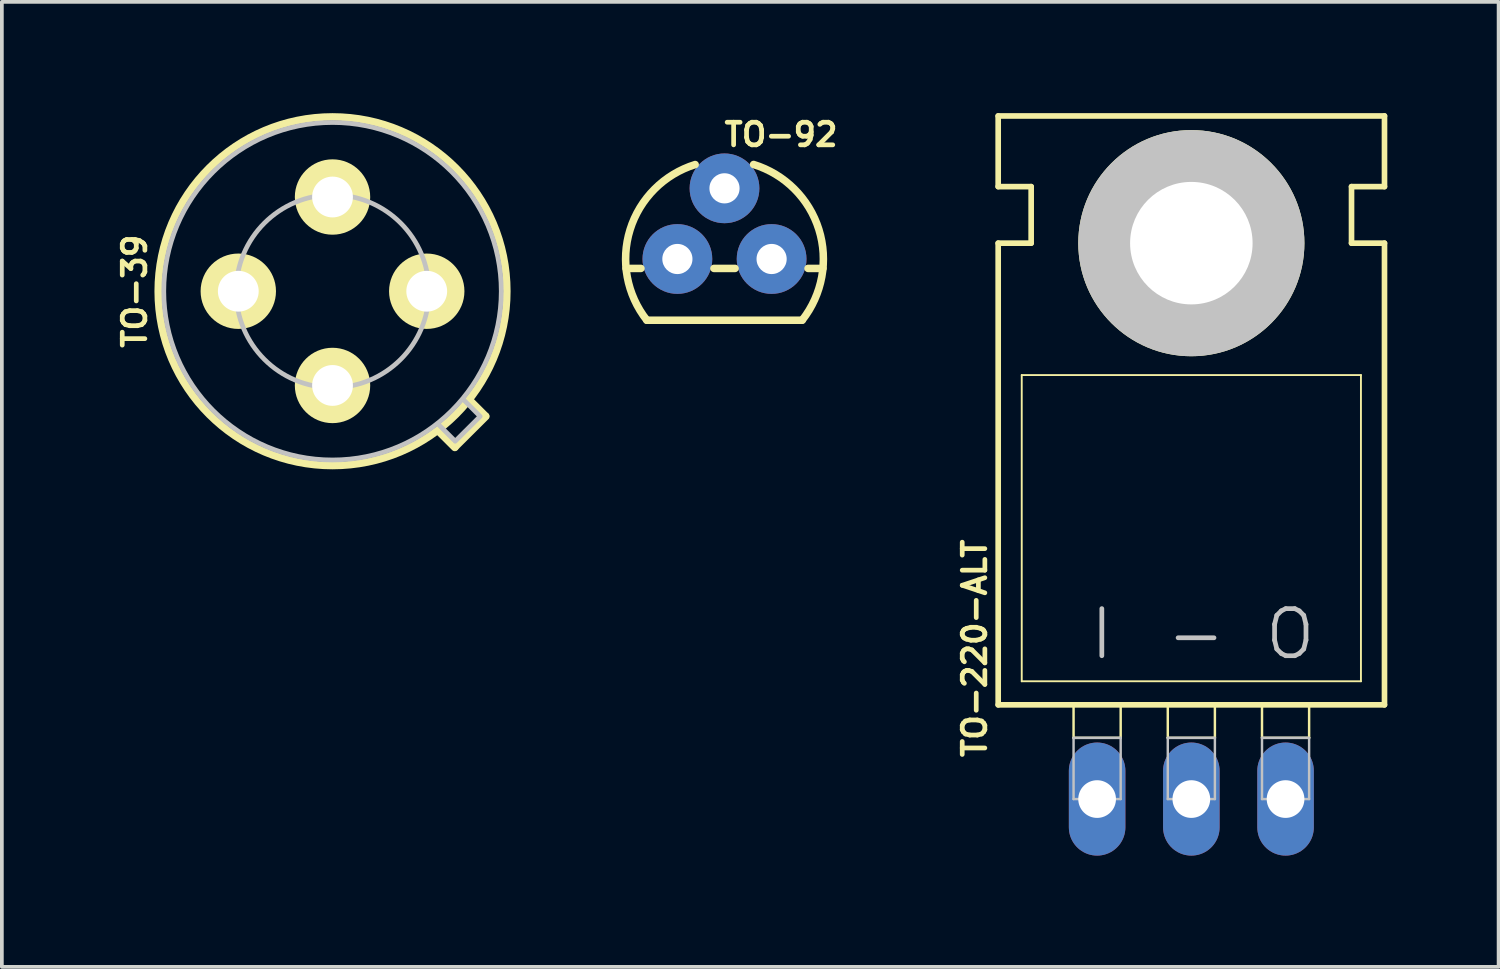
<source format=kicad_pcb>
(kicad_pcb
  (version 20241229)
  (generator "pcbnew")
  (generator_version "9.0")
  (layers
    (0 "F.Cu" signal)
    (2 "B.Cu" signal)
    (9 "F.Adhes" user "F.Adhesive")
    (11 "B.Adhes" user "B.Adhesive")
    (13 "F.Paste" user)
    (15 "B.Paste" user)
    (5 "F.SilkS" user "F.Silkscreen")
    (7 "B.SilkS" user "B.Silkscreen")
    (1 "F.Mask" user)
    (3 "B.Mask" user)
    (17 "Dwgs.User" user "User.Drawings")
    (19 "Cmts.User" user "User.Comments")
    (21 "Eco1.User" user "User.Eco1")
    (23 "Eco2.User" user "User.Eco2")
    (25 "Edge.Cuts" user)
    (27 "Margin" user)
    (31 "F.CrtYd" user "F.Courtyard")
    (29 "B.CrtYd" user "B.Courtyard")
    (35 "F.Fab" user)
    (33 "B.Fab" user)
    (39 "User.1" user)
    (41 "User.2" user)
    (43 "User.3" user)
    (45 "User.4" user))
  (footprint "TO-220-ALT"
    (layer "F.Cu")
    (at 29.066 14.681)
    (property "Reference" "TO-220-ALT" (at -5.842 -0.254 90) (layer "F.SilkS") (effects (font (size 0.61 0.61) (thickness 0.127))))
    (attr exclude_from_pos_files exclude_from_bom)
    (fp_line (start -5.207 -12.7) (end -5.207 -14.605) (stroke (width 0.152) (type solid)) (layer "F.SilkS"))
    (fp_line (start -5.207 -11.176) (end -4.318 -11.176) (stroke (width 0.152) (type solid)) (layer "F.SilkS"))
    (fp_line (start -5.207 1.27) (end -5.207 -11.176) (stroke (width 0.152) (type solid)) (layer "F.SilkS"))
    (fp_line (start -5.207 1.27) (end 5.207 1.27) (stroke (width 0.152) (type solid)) (layer "F.SilkS"))
    (fp_line (start -4.572 0.635) (end -4.572 -7.62) (stroke (width 0.051) (type solid)) (layer "F.SilkS"))
    (fp_line (start -4.572 0.635) (end 4.572 0.635) (stroke (width 0.051) (type solid)) (layer "F.SilkS"))
    (fp_line (start -4.318 -12.7) (end -5.207 -12.7) (stroke (width 0.152) (type solid)) (layer "F.SilkS"))
    (fp_line (start -4.318 -11.176) (end -4.318 -12.7) (stroke (width 0.152) (type solid)) (layer "F.SilkS"))
    (fp_line (start -3.175 1.27) (end -1.905 1.27) (stroke (width 0.066) (type solid)) (layer "F.SilkS"))
    (fp_line (start -3.175 2.159) (end -3.175 1.27) (stroke (width 0.066) (type solid)) (layer "F.SilkS"))
    (fp_line (start -3.175 2.159) (end -1.905 2.159) (stroke (width 0.066) (type solid)) (layer "F.SilkS"))
    (fp_line (start -1.905 2.159) (end -1.905 1.27) (stroke (width 0.066) (type solid)) (layer "F.SilkS"))
    (fp_line (start -0.635 1.27) (end 0.635 1.27) (stroke (width 0.066) (type solid)) (layer "F.SilkS"))
    (fp_line (start -0.635 2.159) (end -0.635 1.27) (stroke (width 0.066) (type solid)) (layer "F.SilkS"))
    (fp_line (start -0.635 2.159) (end 0.635 2.159) (stroke (width 0.066) (type solid)) (layer "F.SilkS"))
    (fp_line (start 0.635 2.159) (end 0.635 1.27) (stroke (width 0.066) (type solid)) (layer "F.SilkS"))
    (fp_line (start 1.905 1.27) (end 3.175 1.27) (stroke (width 0.066) (type solid)) (layer "F.SilkS"))
    (fp_line (start 1.905 2.159) (end 1.905 1.27) (stroke (width 0.066) (type solid)) (layer "F.SilkS"))
    (fp_line (start 1.905 2.159) (end 3.175 2.159) (stroke (width 0.066) (type solid)) (layer "F.SilkS"))
    (fp_line (start 3.175 2.159) (end 3.175 1.27) (stroke (width 0.066) (type solid)) (layer "F.SilkS"))
    (fp_line (start 4.318 -12.7) (end 5.207 -12.7) (stroke (width 0.152) (type solid)) (layer "F.SilkS"))
    (fp_line (start 4.318 -11.176) (end 4.318 -12.7) (stroke (width 0.152) (type solid)) (layer "F.SilkS"))
    (fp_line (start 4.572 -7.62) (end -4.572 -7.62) (stroke (width 0.051) (type solid)) (layer "F.SilkS"))
    (fp_line (start 4.572 -7.62) (end 4.572 0.635) (stroke (width 0.051) (type solid)) (layer "F.SilkS"))
    (fp_line (start 5.207 -14.605) (end -5.207 -14.605) (stroke (width 0.152) (type solid)) (layer "F.SilkS"))
    (fp_line (start 5.207 -12.7) (end 5.207 -14.605) (stroke (width 0.152) (type solid)) (layer "F.SilkS"))
    (fp_line (start 5.207 -11.176) (end 4.318 -11.176) (stroke (width 0.152) (type solid)) (layer "F.SilkS"))
    (fp_line (start 5.207 1.27) (end 5.207 -11.176) (stroke (width 0.152) (type solid)) (layer "F.SilkS"))
    (fp_circle (center 0 -11.176) (end 0 -14.224) (stroke (width 0) (type solid)) (fill yes) (layer "F.SilkS"))
    (fp_circle (center 0 -11.176) (end 0 -12.977) (stroke (width 0.152) (type solid)) (fill no) (layer "F.SilkS"))
    (fp_line (start -3.175 2.159) (end -1.905 2.159) (stroke (width 0.066) (type solid)) (layer "Dwgs.User"))
    (fp_line (start -3.175 3.81) (end -3.175 2.159) (stroke (width 0.066) (type solid)) (layer "Dwgs.User"))
    (fp_line (start -3.175 3.81) (end -1.905 3.81) (stroke (width 0.066) (type solid)) (layer "Dwgs.User"))
    (fp_line (start -1.905 3.81) (end -1.905 2.159) (stroke (width 0.066) (type solid)) (layer "Dwgs.User"))
    (fp_line (start -0.635 2.159) (end 0.635 2.159) (stroke (width 0.066) (type solid)) (layer "Dwgs.User"))
    (fp_line (start -0.635 3.81) (end -0.635 2.159) (stroke (width 0.066) (type solid)) (layer "Dwgs.User"))
    (fp_line (start -0.635 3.81) (end 0.635 3.81) (stroke (width 0.066) (type solid)) (layer "Dwgs.User"))
    (fp_line (start 0.635 3.81) (end 0.635 2.159) (stroke (width 0.066) (type solid)) (layer "Dwgs.User"))
    (fp_line (start 1.905 2.159) (end 3.175 2.159) (stroke (width 0.066) (type solid)) (layer "Dwgs.User"))
    (fp_line (start 1.905 3.81) (end 1.905 2.159) (stroke (width 0.066) (type solid)) (layer "Dwgs.User"))
    (fp_line (start 1.905 3.81) (end 3.175 3.81) (stroke (width 0.066) (type solid)) (layer "Dwgs.User"))
    (fp_line (start 3.175 3.81) (end 3.175 2.159) (stroke (width 0.066) (type solid)) (layer "Dwgs.User"))
    (fp_circle (center 0 -11.176) (end 0 -14.224) (stroke (width 0) (type solid)) (fill yes) (layer "Dwgs.User"))
    (fp_text user "O" (at 2.667 -0.635 0) (layer "Dwgs.User") (effects (font (size 1.27 1.27) (thickness 0.127))))
    (fp_text user "-" (at 0.127 -0.635 0) (layer "Dwgs.User") (effects (font (size 1.27 1.27) (thickness 0.127))))
    (fp_text user "I" (at -2.413 -0.635 0) (layer "Dwgs.User") (effects (font (size 1.27 1.27) (thickness 0.127))))
    (pad "" np_thru_hole circle (at 0 -11.176) (size 3.302 3.302) (drill 3.302) (layers "*.Cu" "*.Mask"))
    (pad "GND" thru_hole oval (at 0 3.81 180) (size 1.524 3.048) (drill 1.016) (layers "*.Cu" "*.Paste" "*.Mask"))
    (pad "IN" thru_hole oval (at -2.54 3.81 180) (size 1.524 3.048) (drill 1.016) (layers "*.Cu" "*.Paste" "*.Mask"))
    (pad "OUT" thru_hole oval (at 2.54 3.81 180) (size 1.524 3.048) (drill 1.016) (layers "*.Cu" "*.Paste" "*.Mask")))
  (footprint "TO-39"
    (layer "F.Cu")
    (at 5.914 4.801)
    (property "Reference" "TO-39" (at -5.334 0 90) (layer "F.SilkS") (effects (font (size 0.61 0.61) (thickness 0.127))))
    (attr exclude_from_pos_files exclude_from_bom)
    (fp_line (start 2.847 3.762) (end 3.297 4.211) (stroke (width 0.203) (type solid)) (layer "F.SilkS"))
    (fp_line (start 3.698 2.939) (end 4.122 3.363) (stroke (width 0.203) (type solid)) (layer "F.SilkS"))
    (fp_line (start 4.133 3.373) (end 3.307 4.196) (stroke (width 0.203) (type solid)) (layer "F.SilkS"))
    (fp_circle (center -2.54 0) (end -2.54 -1.016) (stroke (width 0) (type solid)) (fill yes) (layer "F.SilkS"))
    (fp_circle (center 0 -2.54) (end 0 -3.556) (stroke (width 0) (type solid)) (fill yes) (layer "F.SilkS"))
    (fp_circle (center 0 0) (end 0 -4.699) (stroke (width 0.203) (type solid)) (fill no) (layer "F.SilkS"))
    (fp_circle (center 0 2.54) (end 0 1.524) (stroke (width 0) (type solid)) (fill yes) (layer "F.SilkS"))
    (fp_circle (center 2.54 0) (end 2.54 -1.016) (stroke (width 0) (type solid)) (fill yes) (layer "F.SilkS"))
    (fp_line (start 2.847 3.584) (end 3.272 4.008) (stroke (width 0.127) (type solid)) (layer "Dwgs.User"))
    (fp_line (start 3.52 2.913) (end 3.945 3.338) (stroke (width 0.127) (type solid)) (layer "Dwgs.User"))
    (fp_line (start 3.98 3.373) (end 3.307 4.044) (stroke (width 0.127) (type solid)) (layer "Dwgs.User"))
    (fp_circle (center 0 0) (end 0 -4.549) (stroke (width 0.127) (type solid)) (fill no) (layer "Dwgs.User"))
    (fp_circle (center 0 0) (end 0 -2.598) (stroke (width 0.127) (type solid)) (fill no) (layer "Dwgs.User"))
    (pad "1" thru_hole circle (at 2.54 0) (size 1.93 1.93) (drill 1.1) (layers "*.Cu" "*.Paste" "*.Mask"))
    (pad "2" thru_hole circle (at 0 -2.54) (size 1.93 1.93) (drill 1.1) (layers "*.Cu" "*.Paste" "*.Mask"))
    (pad "3" thru_hole circle (at -2.54 0) (size 1.93 1.93) (drill 1.1) (layers "*.Cu" "*.Paste" "*.Mask"))
    (pad "4" thru_hole circle (at 0 2.54) (size 1.93 1.93) (drill 1.1) (layers "*.Cu" "*.Paste" "*.Mask")))
  (footprint "TO-92"
    (layer "F.Cu")
    (at 16.481 3.932)
    (property "Reference" "TO-92" (at 1.524 -3.353 0) (layer "F.SilkS") (effects (font (size 0.61 0.61) (thickness 0.127))))
    (attr exclude_from_pos_files exclude_from_bom)
    (fp_line (start -2.654 0.254) (end -2.253 0.254) (stroke (width 0.203) (type solid)) (layer "F.SilkS"))
    (fp_line (start -2.093 1.651) (end 2.093 1.651) (stroke (width 0.203) (type solid)) (layer "F.SilkS"))
    (fp_line (start -0.284 0.254) (end 0.284 0.254) (stroke (width 0.203) (type solid)) (layer "F.SilkS"))
    (fp_line (start 2.253 0.254) (end 2.654 0.254) (stroke (width 0.203) (type solid)) (layer "F.SilkS"))
    (fp_arc (start -2.09296 1.651) (mid -2.546098 -0.789726) (end -0.791292 -2.545612) (stroke (width 0.2032) (type solid)) (layer "F.SilkS"))
    (fp_arc (start 0.78486 -2.54762) (mid 2.54411 -0.796164) (end 2.097139 1.645715) (stroke (width 0.2032) (type solid)) (layer "F.SilkS"))
    (pad "1" thru_hole circle (at -1.27 0) (size 1.88 1.88) (drill 0.813) (layers "*.Cu" "*.Paste" "*.Mask"))
    (pad "2" thru_hole circle (at 0 -1.905) (size 1.88 1.88) (drill 0.813) (layers "*.Cu" "*.Paste" "*.Mask"))
    (pad "3" thru_hole circle (at 1.27 0) (size 1.88 1.88) (drill 0.813) (layers "*.Cu" "*.Paste" "*.Mask")))
  (gr_rect
    (start -3 -3)
    (end 37.349 23.015)
    (stroke (width 0.1) (type default))
    (fill no)
    (layer "Edge.Cuts")))
</source>
